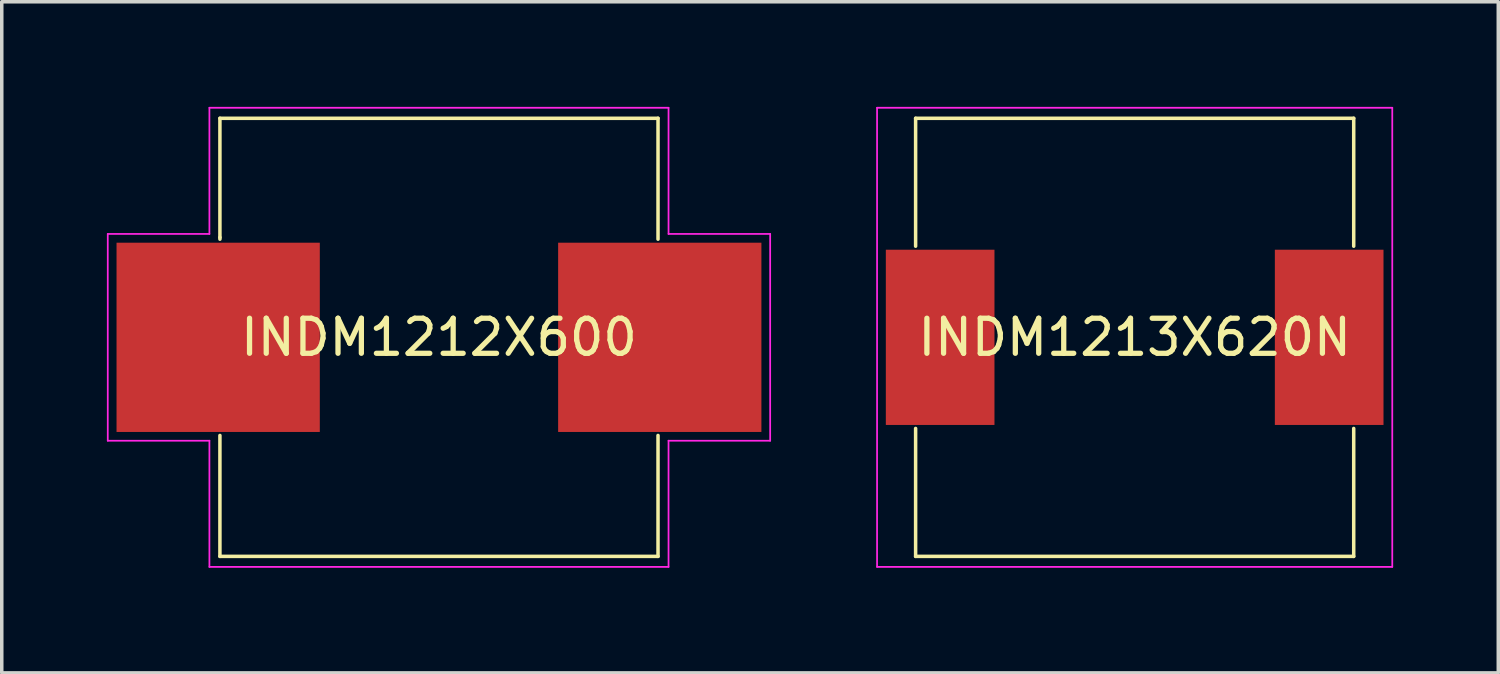
<source format=kicad_pcb>
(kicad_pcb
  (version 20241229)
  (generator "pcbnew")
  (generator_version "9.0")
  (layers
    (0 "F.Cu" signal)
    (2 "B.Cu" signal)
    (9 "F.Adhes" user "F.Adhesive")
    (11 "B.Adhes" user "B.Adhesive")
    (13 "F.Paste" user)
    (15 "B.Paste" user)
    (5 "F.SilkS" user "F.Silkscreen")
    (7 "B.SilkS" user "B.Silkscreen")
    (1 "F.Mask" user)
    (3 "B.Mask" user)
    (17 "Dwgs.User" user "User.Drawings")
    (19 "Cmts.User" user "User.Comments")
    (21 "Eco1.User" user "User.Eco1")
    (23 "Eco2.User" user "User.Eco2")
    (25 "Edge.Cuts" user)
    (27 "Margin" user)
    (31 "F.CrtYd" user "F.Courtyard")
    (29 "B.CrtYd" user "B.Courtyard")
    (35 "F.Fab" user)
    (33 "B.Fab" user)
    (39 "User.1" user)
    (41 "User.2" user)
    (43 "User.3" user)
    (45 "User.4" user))
  (footprint "INDM1212X600"
    (layer "F.Cu")
    (at 9.475 6.575)
    (property "Reference" "INDM1212X600" (at 0 0 0) (layer "F.SilkS") (effects (font (size 1 1) (thickness 0.15))))
    (attr through_hole)
    (fp_line (start -6.25 -6.25) (end 6.25 -6.25) (stroke (width 0.1) (type solid)) (layer "F.SilkS"))
    (fp_line (start -6.25 -2.85) (end -6.25 -6.25) (stroke (width 0.1) (type solid)) (layer "F.SilkS"))
    (fp_line (start -6.25 -2.85) (end -6.25 -2.8) (stroke (width 0.1) (type solid)) (layer "F.SilkS"))
    (fp_line (start -6.25 2.8) (end -6.25 6.25) (stroke (width 0.1) (type solid)) (layer "F.SilkS"))
    (fp_line (start -6.25 6.25) (end 6.25 6.25) (stroke (width 0.1) (type solid)) (layer "F.SilkS"))
    (fp_line (start 6.25 -6.25) (end 6.25 -2.8) (stroke (width 0.1) (type solid)) (layer "F.SilkS"))
    (fp_line (start 6.25 6.25) (end 6.25 2.8) (stroke (width 0.1) (type solid)) (layer "F.SilkS"))
    (fp_line (start -9.45 -2.95) (end -9.45 2.95) (stroke (width 0.05) (type solid)) (layer "F.CrtYd"))
    (fp_line (start -9.45 2.95) (end -6.55 2.95) (stroke (width 0.05) (type solid)) (layer "F.CrtYd"))
    (fp_line (start -6.55 -6.55) (end -6.55 -2.95) (stroke (width 0.05) (type solid)) (layer "F.CrtYd"))
    (fp_line (start -6.55 -2.95) (end -9.45 -2.95) (stroke (width 0.05) (type solid)) (layer "F.CrtYd"))
    (fp_line (start -6.55 2.95) (end -6.55 6.55) (stroke (width 0.05) (type solid)) (layer "F.CrtYd"))
    (fp_line (start -6.55 6.55) (end 6.55 6.55) (stroke (width 0.05) (type solid)) (layer "F.CrtYd"))
    (fp_line (start 6.55 -6.55) (end -6.55 -6.55) (stroke (width 0.05) (type solid)) (layer "F.CrtYd"))
    (fp_line (start 6.55 -2.95) (end 6.55 -6.55) (stroke (width 0.05) (type solid)) (layer "F.CrtYd"))
    (fp_line (start 6.55 2.95) (end 9.45 2.95) (stroke (width 0.05) (type solid)) (layer "F.CrtYd"))
    (fp_line (start 6.55 6.55) (end 6.55 2.95) (stroke (width 0.05) (type solid)) (layer "F.CrtYd"))
    (fp_line (start 9.45 -2.95) (end 6.55 -2.95) (stroke (width 0.05) (type solid)) (layer "F.CrtYd"))
    (fp_line (start 9.45 2.95) (end 9.45 -2.95) (stroke (width 0.05) (type solid)) (layer "F.CrtYd"))
    (pad "1" smd rect (at -6.3 0) (size 5.8 5.4) (layers "F.Cu" "F.Mask" "F.Paste"))
    (pad "2" smd rect (at 6.3 0) (size 5.8 5.4) (layers "F.Cu" "F.Mask" "F.Paste")))
  (footprint "INDM1213X620N"
    (layer "F.Cu")
    (at 29.325 6.575)
    (property "Reference" "INDM1213X620N" (at 0 0 0) (layer "F.SilkS") (effects (font (size 1 1) (thickness 0.15))))
    (attr through_hole)
    (fp_line (start -6.25 -6.25) (end 6.25 -6.25) (stroke (width 0.1) (type solid)) (layer "F.SilkS"))
    (fp_line (start -6.25 -2.6) (end -6.25 -6.25) (stroke (width 0.1) (type solid)) (layer "F.SilkS"))
    (fp_line (start -6.25 2.6) (end -6.25 6.25) (stroke (width 0.1) (type solid)) (layer "F.SilkS"))
    (fp_line (start -6.25 6.25) (end 6.25 6.25) (stroke (width 0.1) (type solid)) (layer "F.SilkS"))
    (fp_line (start 6.25 -6.25) (end 6.25 -2.6) (stroke (width 0.1) (type solid)) (layer "F.SilkS"))
    (fp_line (start 6.25 6.25) (end 6.25 2.6) (stroke (width 0.1) (type solid)) (layer "F.SilkS"))
    (fp_line (start -7.35 -6.55) (end -7.35 6.55) (stroke (width 0.05) (type solid)) (layer "F.CrtYd"))
    (fp_line (start -7.35 6.55) (end 7.35 6.55) (stroke (width 0.05) (type solid)) (layer "F.CrtYd"))
    (fp_line (start 7.35 -6.55) (end -7.35 -6.55) (stroke (width 0.05) (type solid)) (layer "F.CrtYd"))
    (fp_line (start 7.35 6.55) (end 7.35 -6.55) (stroke (width 0.05) (type solid)) (layer "F.CrtYd"))
    (pad "1" smd rect (at -5.55 0) (size 3.1 5) (layers "F.Cu" "F.Mask" "F.Paste"))
    (pad "2" smd rect (at 5.55 0) (size 3.1 5) (layers "F.Cu" "F.Mask" "F.Paste")))
  (gr_rect
    (start -3 -3)
    (end 39.7 16.15)
    (stroke (width 0.1) (type default))
    (fill no)
    (layer "Edge.Cuts")))
</source>
